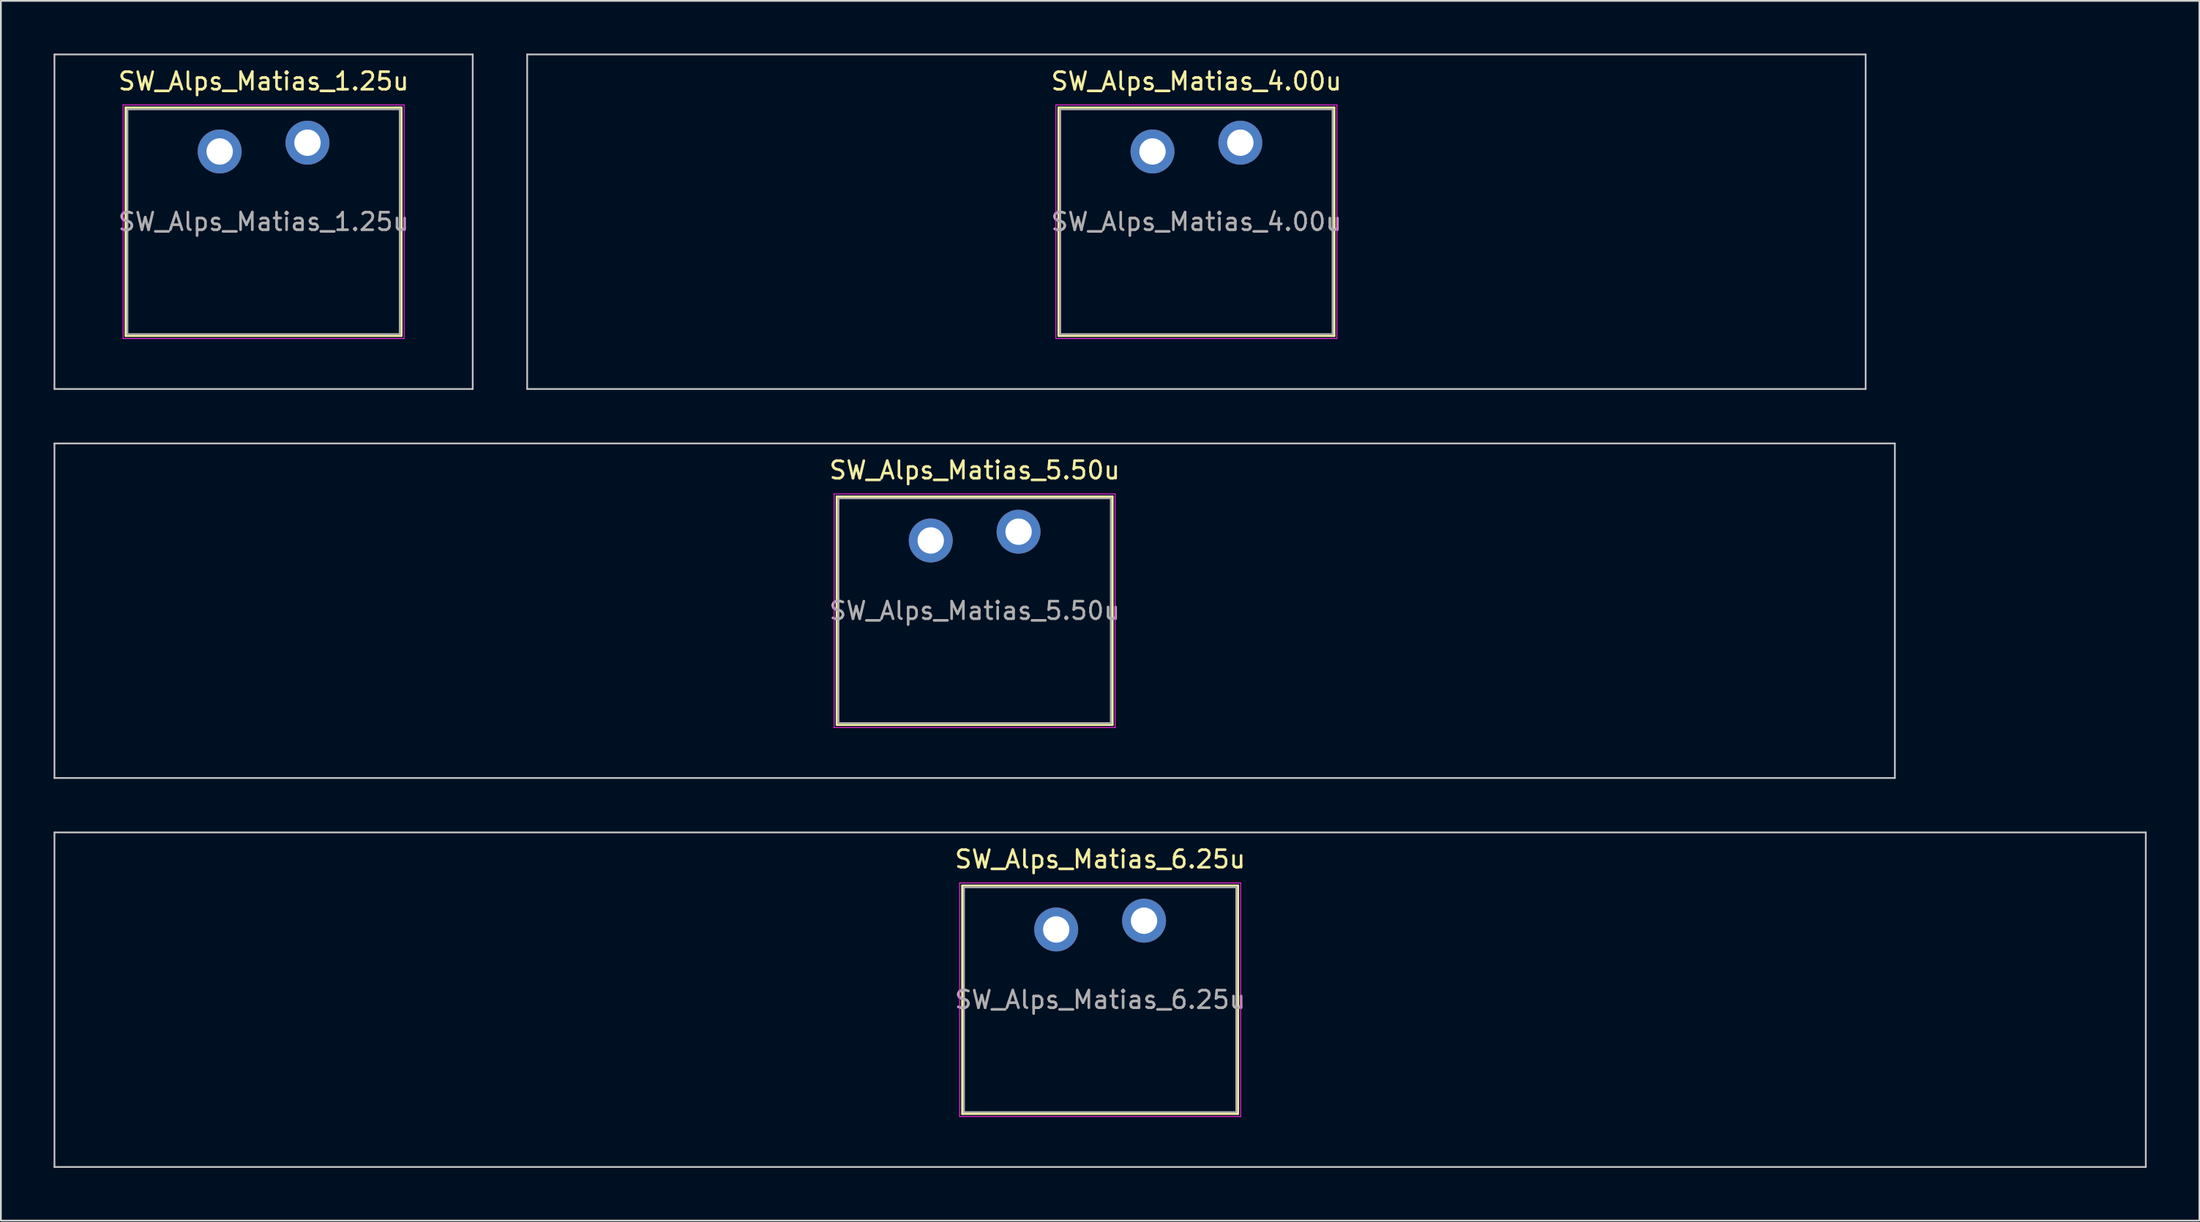
<source format=kicad_pcb>
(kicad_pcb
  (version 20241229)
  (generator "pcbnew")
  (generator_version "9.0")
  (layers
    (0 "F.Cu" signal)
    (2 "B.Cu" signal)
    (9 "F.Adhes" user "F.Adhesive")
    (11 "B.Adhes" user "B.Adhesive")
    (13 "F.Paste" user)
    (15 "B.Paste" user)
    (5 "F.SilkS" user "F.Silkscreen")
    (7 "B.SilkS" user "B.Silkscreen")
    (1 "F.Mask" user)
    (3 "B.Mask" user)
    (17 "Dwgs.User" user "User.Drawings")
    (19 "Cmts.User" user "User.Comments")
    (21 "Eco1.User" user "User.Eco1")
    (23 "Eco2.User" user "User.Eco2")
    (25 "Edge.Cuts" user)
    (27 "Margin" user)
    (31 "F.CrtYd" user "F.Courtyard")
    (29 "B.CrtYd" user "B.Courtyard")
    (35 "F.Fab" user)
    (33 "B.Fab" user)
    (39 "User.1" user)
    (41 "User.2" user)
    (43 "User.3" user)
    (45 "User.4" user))
  (footprint "SW_Alps_Matias_5.50u"
    (layer "F.Cu")
    (at 52.438 31.725)
    (property "Reference" "SW_Alps_Matias_5.50u" (at 0 -8 0) (layer "F.SilkS") (effects (font (size 1 1) (thickness 0.15))))
    (attr through_hole)
    (fp_line (start -7.85 -6.5) (end -7.85 6.5) (stroke (width 0.12) (type solid)) (layer "F.SilkS"))
    (fp_line (start -7.85 6.5) (end 7.85 6.5) (stroke (width 0.12) (type solid)) (layer "F.SilkS"))
    (fp_line (start 7.85 -6.5) (end -7.85 -6.5) (stroke (width 0.12) (type solid)) (layer "F.SilkS"))
    (fp_line (start 7.85 6.5) (end 7.85 -6.5) (stroke (width 0.12) (type solid)) (layer "F.SilkS"))
    (fp_line (start -52.388 -9.525) (end -52.388 9.525) (stroke (width 0.1) (type solid)) (layer "Dwgs.User"))
    (fp_line (start -52.388 9.525) (end 52.388 9.525) (stroke (width 0.1) (type solid)) (layer "Dwgs.User"))
    (fp_line (start 52.388 -9.525) (end -52.388 -9.525) (stroke (width 0.1) (type solid)) (layer "Dwgs.User"))
    (fp_line (start 52.388 9.525) (end 52.388 -9.525) (stroke (width 0.1) (type solid)) (layer "Dwgs.User"))
    (fp_line (start -7.75 -6.4) (end -7.75 6.4) (stroke (width 0.1) (type solid)) (layer "Eco1.User"))
    (fp_line (start -7.75 6.4) (end 7.75 6.4) (stroke (width 0.1) (type solid)) (layer "Eco1.User"))
    (fp_line (start 7.75 -6.4) (end -7.75 -6.4) (stroke (width 0.1) (type solid)) (layer "Eco1.User"))
    (fp_line (start 7.75 6.4) (end 7.75 -6.4) (stroke (width 0.1) (type solid)) (layer "Eco1.User"))
    (fp_line (start -8 -6.65) (end -8 6.65) (stroke (width 0.05) (type solid)) (layer "F.CrtYd"))
    (fp_line (start -8 6.65) (end 8 6.65) (stroke (width 0.05) (type solid)) (layer "F.CrtYd"))
    (fp_line (start 8 -6.65) (end -8 -6.65) (stroke (width 0.05) (type solid)) (layer "F.CrtYd"))
    (fp_line (start 8 6.65) (end 8 -6.65) (stroke (width 0.05) (type solid)) (layer "F.CrtYd"))
    (fp_line (start -7.75 -6.4) (end -7.75 6.4) (stroke (width 0.1) (type solid)) (layer "F.Fab"))
    (fp_line (start -7.75 6.4) (end 7.75 6.4) (stroke (width 0.1) (type solid)) (layer "F.Fab"))
    (fp_line (start 7.75 -6.4) (end -7.75 -6.4) (stroke (width 0.1) (type solid)) (layer "F.Fab"))
    (fp_line (start 7.75 6.4) (end 7.75 -6.4) (stroke (width 0.1) (type solid)) (layer "F.Fab"))
    (fp_text user "${REFERENCE}" (at 0 0 0) (layer "F.Fab") (effects (font (size 1 1) (thickness 0.15))))
    (pad "1" thru_hole circle (at -2.5 -4) (size 2.5 2.5) (drill 1.5) (layers "*.Cu" "*.Mask"))
    (pad "2" thru_hole circle (at 2.5 -4.5) (size 2.5 2.5) (drill 1.5) (layers "*.Cu" "*.Mask")))
  (footprint "SW_Alps_Matias_6.25u"
    (layer "F.Cu")
    (at 59.581 53.875)
    (property "Reference" "SW_Alps_Matias_6.25u" (at 0 -8 0) (layer "F.SilkS") (effects (font (size 1 1) (thickness 0.15))))
    (attr through_hole)
    (fp_line (start -7.85 -6.5) (end -7.85 6.5) (stroke (width 0.12) (type solid)) (layer "F.SilkS"))
    (fp_line (start -7.85 6.5) (end 7.85 6.5) (stroke (width 0.12) (type solid)) (layer "F.SilkS"))
    (fp_line (start 7.85 -6.5) (end -7.85 -6.5) (stroke (width 0.12) (type solid)) (layer "F.SilkS"))
    (fp_line (start 7.85 6.5) (end 7.85 -6.5) (stroke (width 0.12) (type solid)) (layer "F.SilkS"))
    (fp_line (start -59.531 -9.525) (end -59.531 9.525) (stroke (width 0.1) (type solid)) (layer "Dwgs.User"))
    (fp_line (start -59.531 9.525) (end 59.531 9.525) (stroke (width 0.1) (type solid)) (layer "Dwgs.User"))
    (fp_line (start 59.531 -9.525) (end -59.531 -9.525) (stroke (width 0.1) (type solid)) (layer "Dwgs.User"))
    (fp_line (start 59.531 9.525) (end 59.531 -9.525) (stroke (width 0.1) (type solid)) (layer "Dwgs.User"))
    (fp_line (start -7.75 -6.4) (end -7.75 6.4) (stroke (width 0.1) (type solid)) (layer "Eco1.User"))
    (fp_line (start -7.75 6.4) (end 7.75 6.4) (stroke (width 0.1) (type solid)) (layer "Eco1.User"))
    (fp_line (start 7.75 -6.4) (end -7.75 -6.4) (stroke (width 0.1) (type solid)) (layer "Eco1.User"))
    (fp_line (start 7.75 6.4) (end 7.75 -6.4) (stroke (width 0.1) (type solid)) (layer "Eco1.User"))
    (fp_line (start -8 -6.65) (end -8 6.65) (stroke (width 0.05) (type solid)) (layer "F.CrtYd"))
    (fp_line (start -8 6.65) (end 8 6.65) (stroke (width 0.05) (type solid)) (layer "F.CrtYd"))
    (fp_line (start 8 -6.65) (end -8 -6.65) (stroke (width 0.05) (type solid)) (layer "F.CrtYd"))
    (fp_line (start 8 6.65) (end 8 -6.65) (stroke (width 0.05) (type solid)) (layer "F.CrtYd"))
    (fp_line (start -7.75 -6.4) (end -7.75 6.4) (stroke (width 0.1) (type solid)) (layer "F.Fab"))
    (fp_line (start -7.75 6.4) (end 7.75 6.4) (stroke (width 0.1) (type solid)) (layer "F.Fab"))
    (fp_line (start 7.75 -6.4) (end -7.75 -6.4) (stroke (width 0.1) (type solid)) (layer "F.Fab"))
    (fp_line (start 7.75 6.4) (end 7.75 -6.4) (stroke (width 0.1) (type solid)) (layer "F.Fab"))
    (fp_text user "${REFERENCE}" (at 0 0 0) (layer "F.Fab") (effects (font (size 1 1) (thickness 0.15))))
    (pad "1" thru_hole circle (at -2.5 -4) (size 2.5 2.5) (drill 1.5) (layers "*.Cu" "*.Mask"))
    (pad "2" thru_hole circle (at 2.5 -4.5) (size 2.5 2.5) (drill 1.5) (layers "*.Cu" "*.Mask")))
  (footprint "SW_Alps_Matias_4.00u"
    (layer "F.Cu")
    (at 65.062 9.575)
    (property "Reference" "SW_Alps_Matias_4.00u" (at 0 -8 0) (layer "F.SilkS") (effects (font (size 1 1) (thickness 0.15))))
    (attr through_hole)
    (fp_line (start -7.85 -6.5) (end -7.85 6.5) (stroke (width 0.12) (type solid)) (layer "F.SilkS"))
    (fp_line (start -7.85 6.5) (end 7.85 6.5) (stroke (width 0.12) (type solid)) (layer "F.SilkS"))
    (fp_line (start 7.85 -6.5) (end -7.85 -6.5) (stroke (width 0.12) (type solid)) (layer "F.SilkS"))
    (fp_line (start 7.85 6.5) (end 7.85 -6.5) (stroke (width 0.12) (type solid)) (layer "F.SilkS"))
    (fp_line (start -38.1 -9.525) (end -38.1 9.525) (stroke (width 0.1) (type solid)) (layer "Dwgs.User"))
    (fp_line (start -38.1 9.525) (end 38.1 9.525) (stroke (width 0.1) (type solid)) (layer "Dwgs.User"))
    (fp_line (start 38.1 -9.525) (end -38.1 -9.525) (stroke (width 0.1) (type solid)) (layer "Dwgs.User"))
    (fp_line (start 38.1 9.525) (end 38.1 -9.525) (stroke (width 0.1) (type solid)) (layer "Dwgs.User"))
    (fp_line (start -7.75 -6.4) (end -7.75 6.4) (stroke (width 0.1) (type solid)) (layer "Eco1.User"))
    (fp_line (start -7.75 6.4) (end 7.75 6.4) (stroke (width 0.1) (type solid)) (layer "Eco1.User"))
    (fp_line (start 7.75 -6.4) (end -7.75 -6.4) (stroke (width 0.1) (type solid)) (layer "Eco1.User"))
    (fp_line (start 7.75 6.4) (end 7.75 -6.4) (stroke (width 0.1) (type solid)) (layer "Eco1.User"))
    (fp_line (start -8 -6.65) (end -8 6.65) (stroke (width 0.05) (type solid)) (layer "F.CrtYd"))
    (fp_line (start -8 6.65) (end 8 6.65) (stroke (width 0.05) (type solid)) (layer "F.CrtYd"))
    (fp_line (start 8 -6.65) (end -8 -6.65) (stroke (width 0.05) (type solid)) (layer "F.CrtYd"))
    (fp_line (start 8 6.65) (end 8 -6.65) (stroke (width 0.05) (type solid)) (layer "F.CrtYd"))
    (fp_line (start -7.75 -6.4) (end -7.75 6.4) (stroke (width 0.1) (type solid)) (layer "F.Fab"))
    (fp_line (start -7.75 6.4) (end 7.75 6.4) (stroke (width 0.1) (type solid)) (layer "F.Fab"))
    (fp_line (start 7.75 -6.4) (end -7.75 -6.4) (stroke (width 0.1) (type solid)) (layer "F.Fab"))
    (fp_line (start 7.75 6.4) (end 7.75 -6.4) (stroke (width 0.1) (type solid)) (layer "F.Fab"))
    (fp_text user "${REFERENCE}" (at 0 0 0) (layer "F.Fab") (effects (font (size 1 1) (thickness 0.15))))
    (pad "1" thru_hole circle (at -2.5 -4) (size 2.5 2.5) (drill 1.5) (layers "*.Cu" "*.Mask"))
    (pad "2" thru_hole circle (at 2.5 -4.5) (size 2.5 2.5) (drill 1.5) (layers "*.Cu" "*.Mask")))
  (footprint "SW_Alps_Matias_1.25u"
    (layer "F.Cu")
    (at 11.956 9.575)
    (property "Reference" "SW_Alps_Matias_1.25u" (at 0 -8 0) (layer "F.SilkS") (effects (font (size 1 1) (thickness 0.15))))
    (attr through_hole)
    (fp_line (start -7.85 -6.5) (end -7.85 6.5) (stroke (width 0.12) (type solid)) (layer "F.SilkS"))
    (fp_line (start -7.85 6.5) (end 7.85 6.5) (stroke (width 0.12) (type solid)) (layer "F.SilkS"))
    (fp_line (start 7.85 -6.5) (end -7.85 -6.5) (stroke (width 0.12) (type solid)) (layer "F.SilkS"))
    (fp_line (start 7.85 6.5) (end 7.85 -6.5) (stroke (width 0.12) (type solid)) (layer "F.SilkS"))
    (fp_line (start -11.906 -9.525) (end -11.906 9.525) (stroke (width 0.1) (type solid)) (layer "Dwgs.User"))
    (fp_line (start -11.906 9.525) (end 11.906 9.525) (stroke (width 0.1) (type solid)) (layer "Dwgs.User"))
    (fp_line (start 11.906 -9.525) (end -11.906 -9.525) (stroke (width 0.1) (type solid)) (layer "Dwgs.User"))
    (fp_line (start 11.906 9.525) (end 11.906 -9.525) (stroke (width 0.1) (type solid)) (layer "Dwgs.User"))
    (fp_line (start -7.75 -6.4) (end -7.75 6.4) (stroke (width 0.1) (type solid)) (layer "Eco1.User"))
    (fp_line (start -7.75 6.4) (end 7.75 6.4) (stroke (width 0.1) (type solid)) (layer "Eco1.User"))
    (fp_line (start 7.75 -6.4) (end -7.75 -6.4) (stroke (width 0.1) (type solid)) (layer "Eco1.User"))
    (fp_line (start 7.75 6.4) (end 7.75 -6.4) (stroke (width 0.1) (type solid)) (layer "Eco1.User"))
    (fp_line (start -8 -6.65) (end -8 6.65) (stroke (width 0.05) (type solid)) (layer "F.CrtYd"))
    (fp_line (start -8 6.65) (end 8 6.65) (stroke (width 0.05) (type solid)) (layer "F.CrtYd"))
    (fp_line (start 8 -6.65) (end -8 -6.65) (stroke (width 0.05) (type solid)) (layer "F.CrtYd"))
    (fp_line (start 8 6.65) (end 8 -6.65) (stroke (width 0.05) (type solid)) (layer "F.CrtYd"))
    (fp_line (start -7.75 -6.4) (end -7.75 6.4) (stroke (width 0.1) (type solid)) (layer "F.Fab"))
    (fp_line (start -7.75 6.4) (end 7.75 6.4) (stroke (width 0.1) (type solid)) (layer "F.Fab"))
    (fp_line (start 7.75 -6.4) (end -7.75 -6.4) (stroke (width 0.1) (type solid)) (layer "F.Fab"))
    (fp_line (start 7.75 6.4) (end 7.75 -6.4) (stroke (width 0.1) (type solid)) (layer "F.Fab"))
    (fp_text user "${REFERENCE}" (at 0 0 0) (layer "F.Fab") (effects (font (size 1 1) (thickness 0.15))))
    (pad "1" thru_hole circle (at -2.5 -4) (size 2.5 2.5) (drill 1.5) (layers "*.Cu" "*.Mask"))
    (pad "2" thru_hole circle (at 2.5 -4.5) (size 2.5 2.5) (drill 1.5) (layers "*.Cu" "*.Mask")))
  (gr_rect
    (start -3 -3)
    (end 122.162 66.45)
    (stroke (width 0.1) (type default))
    (fill no)
    (layer "Edge.Cuts")))
</source>
